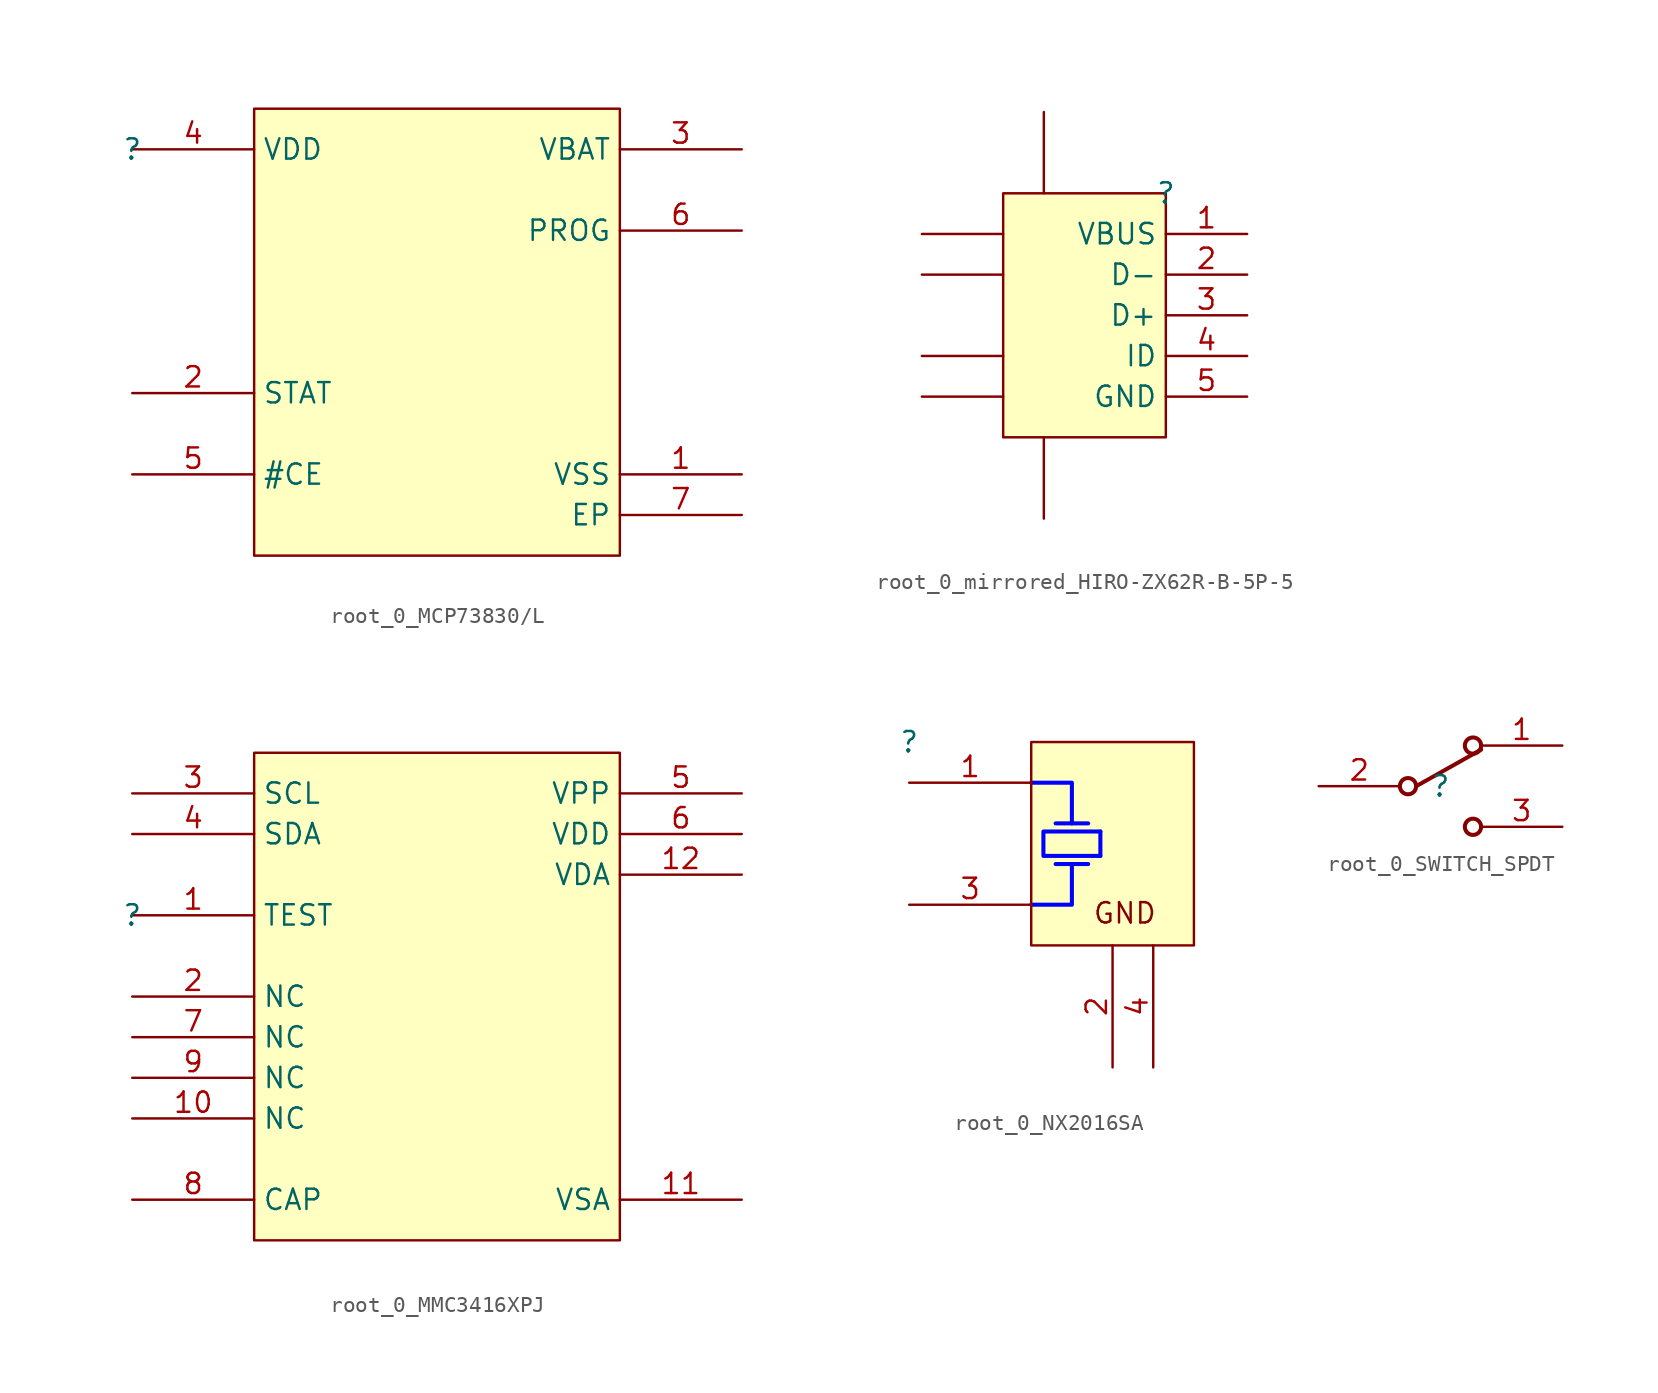
<source format=kicad_sym>
(kicad_symbol_lib
  (version 20220914)
  (generator kicad_symbol_editor)
  (symbol "root_0_MCP73830/L"
    (property "Reference" ""
      (at 0 0 0)
      (effects (font (size 1.27 1.27))))
    (property "Value" ""
      (at 0 0 0)
      (effects (font (size 1.27 1.27))))
    (symbol "root_0_MCP73830/L_1_0"
      (rectangle (start 30.48 2.54) (end 7.62 -25.4) (stroke (width 0) (type solid)) (fill (type background)))
      (pin power_in line (at 38.1 -20.32 180) (length 7.62) (name "VSS" (effects (font (size 1.27 1.27)))) (number "1" (effects (font (size 1.27 1.27)))))
      (pin output line (at 0 -15.24 0) (length 7.62) (name "STAT" (effects (font (size 1.27 1.27)))) (number "2" (effects (font (size 1.27 1.27)))))
      (pin power_in line (at 38.1 0 180) (length 7.62) (name "VBAT" (effects (font (size 1.27 1.27)))) (number "3" (effects (font (size 1.27 1.27)))))
      (pin power_in line (at 0 0 0) (length 7.62) (name "VDD" (effects (font (size 1.27 1.27)))) (number "4" (effects (font (size 1.27 1.27)))))
      (pin input line (at 0 -20.32 0) (length 7.62) (name "#CE" (effects (font (size 1.27 1.27)))) (number "5" (effects (font (size 1.27 1.27)))))
      (pin passive line (at 38.1 -5.08 180) (length 7.62) (name "PROG" (effects (font (size 1.27 1.27)))) (number "6" (effects (font (size 1.27 1.27)))))
      (pin power_in line (at 38.1 -22.86 180) (length 7.62) (name "EP" (effects (font (size 1.27 1.27)))) (number "7" (effects (font (size 1.27 1.27)))))))
  (symbol "root_0_mirrored_HIRO-ZX62R-B-5P-5"
    (property "Reference" ""
      (at 0 0 0)
      (effects (font (size 1.27 1.27))))
    (property "Value" ""
      (at 0 0 0)
      (effects (font (size 1.27 1.27))))
    (symbol "root_0_mirrored_HIRO-ZX62R-B-5P-5_1_0"
      (rectangle (start 0 0) (end -10.16 -15.24) (stroke (width 0) (type solid)) (fill (type background)))
      (pin power_in line (at 5.08 -2.54 180) (length 5.08) (name "VBUS" (effects (font (size 1.27 1.27)))) (number "1" (effects (font (size 1.27 1.27)))))
      (pin passive line (at -15.24 -2.54 0) (length 5.08) (name "SHLD" (effects (font (size 0 0)))) (number "10" (effects (font (size 0 0)))))
      (pin passive line (at -7.62 5.08 270) (length 5.08) (name "SHLD" (effects (font (size 0 0)))) (number "11" (effects (font (size 0 0)))))
      (pin bidirectional line (at 5.08 -5.08 180) (length 5.08) (name "D-" (effects (font (size 1.27 1.27)))) (number "2" (effects (font (size 1.27 1.27)))))
      (pin bidirectional line (at 5.08 -7.62 180) (length 5.08) (name "D+" (effects (font (size 1.27 1.27)))) (number "3" (effects (font (size 1.27 1.27)))))
      (pin passive line (at 5.08 -10.16 180) (length 5.08) (name "ID" (effects (font (size 1.27 1.27)))) (number "4" (effects (font (size 1.27 1.27)))))
      (pin power_in line (at 5.08 -12.7 180) (length 5.08) (name "GND" (effects (font (size 1.27 1.27)))) (number "5" (effects (font (size 1.27 1.27)))))
      (pin passive line (at -7.62 -20.32 90) (length 5.08) (name "SHLD" (effects (font (size 0 0)))) (number "6" (effects (font (size 0 0)))))
      (pin passive line (at -15.24 -12.7 0) (length 5.08) (name "SHLD" (effects (font (size 0 0)))) (number "7" (effects (font (size 0 0)))))
      (pin passive line (at -15.24 -10.16 0) (length 5.08) (name "SHLD" (effects (font (size 0 0)))) (number "8" (effects (font (size 0 0)))))
      (pin passive line (at -15.24 -5.08 0) (length 5.08) (name "SHLD" (effects (font (size 0 0)))) (number "9" (effects (font (size 0 0)))))))
  (symbol "root_0_MMC3416XPJ"
    (property "Reference" ""
      (at 0 0 0)
      (effects (font (size 1.27 1.27))))
    (property "Value" ""
      (at 0 0 0)
      (effects (font (size 1.27 1.27))))
    (symbol "root_0_MMC3416XPJ_1_0"
      (rectangle (start 30.48 10.16) (end 7.62 -20.32) (stroke (width 0) (type solid)) (fill (type background)))
      (pin passive line (at 0 0 0) (length 7.62) (name "TEST" (effects (font (size 1.27 1.27)))) (number "1" (effects (font (size 1.27 1.27)))))
      (pin passive line (at 0 -12.7 0) (length 7.62) (name "NC" (effects (font (size 1.27 1.27)))) (number "10" (effects (font (size 1.27 1.27)))))
      (pin power_in line (at 38.1 -17.78 180) (length 7.62) (name "VSA" (effects (font (size 1.27 1.27)))) (number "11" (effects (font (size 1.27 1.27)))))
      (pin power_in line (at 38.1 2.54 180) (length 7.62) (name "VDA" (effects (font (size 1.27 1.27)))) (number "12" (effects (font (size 1.27 1.27)))))
      (pin passive line (at 0 -5.08 0) (length 7.62) (name "NC" (effects (font (size 1.27 1.27)))) (number "2" (effects (font (size 1.27 1.27)))))
      (pin input line (at 0 7.62 0) (length 7.62) (name "SCL" (effects (font (size 1.27 1.27)))) (number "3" (effects (font (size 1.27 1.27)))))
      (pin bidirectional line (at 0 5.08 0) (length 7.62) (name "SDA" (effects (font (size 1.27 1.27)))) (number "4" (effects (font (size 1.27 1.27)))))
      (pin passive line (at 38.1 7.62 180) (length 7.62) (name "VPP" (effects (font (size 1.27 1.27)))) (number "5" (effects (font (size 1.27 1.27)))))
      (pin power_in line (at 38.1 5.08 180) (length 7.62) (name "VDD" (effects (font (size 1.27 1.27)))) (number "6" (effects (font (size 1.27 1.27)))))
      (pin passive line (at 0 -7.62 0) (length 7.62) (name "NC" (effects (font (size 1.27 1.27)))) (number "7" (effects (font (size 1.27 1.27)))))
      (pin input line (at 0 -17.78 0) (length 7.62) (name "CAP" (effects (font (size 1.27 1.27)))) (number "8" (effects (font (size 1.27 1.27)))))
      (pin passive line (at 0 -10.16 0) (length 7.62) (name "NC" (effects (font (size 1.27 1.27)))) (number "9" (effects (font (size 1.27 1.27)))))))
  (symbol "root_0_NX2016SA"
    (property "Reference" ""
      (at 0 0 0)
      (effects (font (size 1.27 1.27))))
    (property "Value" ""
      (at 0 0 0)
      (effects (font (size 1.27 1.27))))
    (symbol "root_0_NX2016SA_1_0"
      (polyline (pts (xy 11.176 -7.62) (xy 9.144 -7.62)) (stroke (width 0.254) (type solid) (color 0 0 255 1)) (fill (type none)))
      (polyline (pts (xy 11.176 -5.08) (xy 9.144 -5.08)) (stroke (width 0.254) (type solid) (color 0 0 255 1)) (fill (type none)))
      (polyline (pts (xy 11.938 -5.588) (xy 11.938 -7.112)) (stroke (width 0.254) (type solid) (color 0 0 255 1)) (fill (type none)))
      (polyline (pts (xy 7.62 -10.16) (xy 10.16 -10.16) (xy 10.16 -7.62)) (stroke (width 0.254) (type solid) (color 0 0 255 1)) (fill (type none)))
      (polyline (pts (xy 7.62 -2.54) (xy 10.16 -2.54) (xy 10.16 -5.08)) (stroke (width 0.254) (type solid) (color 0 0 255 1)) (fill (type none)))
      (polyline (pts (xy 11.938 -7.112) (xy 8.382 -7.112) (xy 8.382 -5.588) (xy 11.938 -5.588)) (stroke (width 0.254) (type solid) (color 0 0 255 1)) (fill (type none)))
      (rectangle (start 17.78 0) (end 7.62 -12.7) (stroke (width 0) (type solid)) (fill (type background)))
      (text "GND" (at 11.43 -11.43 0) (effects (font (size 1.27 1.27)) (justify left bottom)))
      (pin passive line (at 0 -2.54 0) (length 7.62) (name "X1" (effects (font (size 0 0)))) (number "1" (effects (font (size 1.27 1.27)))))
      (pin passive line (at 12.7 -20.32 90) (length 7.62) (name "GND" (effects (font (size 0 0)))) (number "2" (effects (font (size 1.27 1.27)))))
      (pin passive line (at 0 -10.16 0) (length 7.62) (name "X2" (effects (font (size 0 0)))) (number "3" (effects (font (size 1.27 1.27)))))
      (pin passive line (at 15.24 -20.32 90) (length 7.62) (name "GND" (effects (font (size 0 0)))) (number "4" (effects (font (size 1.27 1.27)))))))
  (symbol "root_0_SWITCH_SPDT"
    (property "Reference" ""
      (at 0 0 0)
      (effects (font (size 1.27 1.27))))
    (property "Value" ""
      (at 0 0 0)
      (effects (font (size 1.27 1.27))))
    (symbol "root_0_SWITCH_SPDT_1_0"
      (circle (center -2.032 0) (radius 0.508) (stroke (width 0.254) (type solid)) (fill (type none)))
      (polyline (pts (xy -1.524 0) (xy 2.54 2.286)) (stroke (width 0.254) (type solid)) (fill (type none)))
      (circle (center 2.032 -2.54) (radius 0.508) (stroke (width 0.254) (type solid)) (fill (type none)))
      (circle (center 2.032 2.54) (radius 0.508) (stroke (width 0.254) (type solid)) (fill (type none)))
      (pin passive line (at 7.62 2.54 180) (length 5.08) (name "2" (effects (font (size 0 0)))) (number "1" (effects (font (size 1.27 1.27)))))
      (pin passive line (at -7.62 0 0) (length 5.08) (name "2" (effects (font (size 0 0)))) (number "2" (effects (font (size 1.27 1.27)))))
      (pin passive line (at 7.62 -2.54 180) (length 5.08) (name "3" (effects (font (size 0 0)))) (number "3" (effects (font (size 1.27 1.27))))))))
</source>
